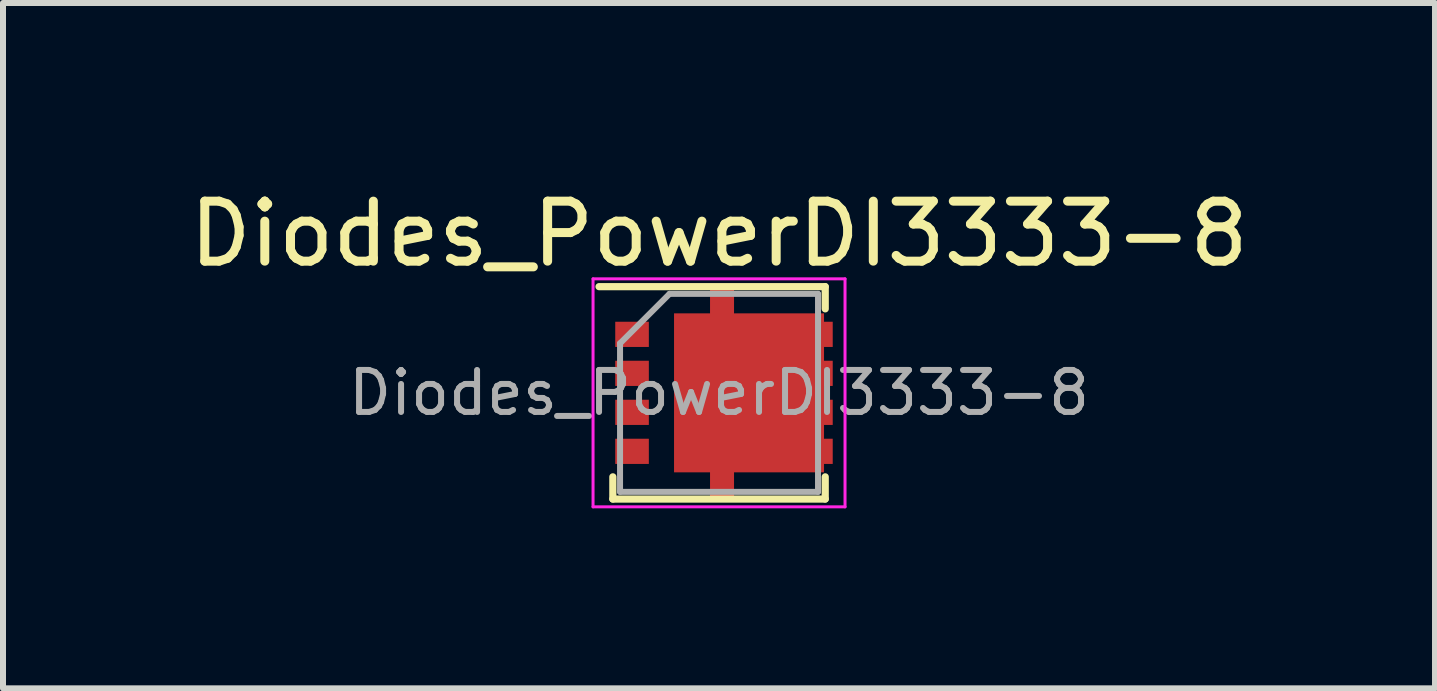
<source format=kicad_pcb>
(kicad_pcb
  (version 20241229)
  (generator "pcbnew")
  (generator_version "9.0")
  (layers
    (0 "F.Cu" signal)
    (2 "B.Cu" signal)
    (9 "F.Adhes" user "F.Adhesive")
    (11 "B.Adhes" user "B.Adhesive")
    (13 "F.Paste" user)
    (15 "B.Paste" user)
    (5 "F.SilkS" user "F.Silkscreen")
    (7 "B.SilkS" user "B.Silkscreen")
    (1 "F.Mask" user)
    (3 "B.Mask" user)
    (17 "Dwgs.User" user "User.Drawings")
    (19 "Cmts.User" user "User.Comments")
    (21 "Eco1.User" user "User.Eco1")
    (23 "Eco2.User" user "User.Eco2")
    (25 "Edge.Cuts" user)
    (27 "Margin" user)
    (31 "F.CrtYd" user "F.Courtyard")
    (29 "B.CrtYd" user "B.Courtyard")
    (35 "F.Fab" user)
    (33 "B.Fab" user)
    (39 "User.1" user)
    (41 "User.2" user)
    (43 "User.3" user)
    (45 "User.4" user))
  (footprint "Diodes_PowerDI3333-8"
    (layer "F.Cu")
    (at 8.935 3.498)
    (property "Reference" "Diodes_PowerDI3333-8" (at 0 -2.65 180) (layer "F.SilkS") (effects (font (size 1 1) (thickness 0.15))))
    (attr smd)
    (fp_line (start -1.77 1.77) (end -1.77 1.4) (stroke (width 0.12) (type solid)) (layer "F.SilkS"))
    (fp_line (start -1.77 1.77) (end 1.77 1.77) (stroke (width 0.12) (type solid)) (layer "F.SilkS"))
    (fp_line (start 1.77 -1.77) (end -2 -1.77) (stroke (width 0.12) (type solid)) (layer "F.SilkS"))
    (fp_line (start 1.77 -1.77) (end 1.77 -1.4) (stroke (width 0.12) (type solid)) (layer "F.SilkS"))
    (fp_line (start 1.77 1.77) (end 1.77 1.4) (stroke (width 0.12) (type solid)) (layer "F.SilkS"))
    (fp_line (start -2.1 -1.9) (end -2.1 1.9) (stroke (width 0.05) (type solid)) (layer "F.CrtYd"))
    (fp_line (start -2.1 1.9) (end 2.1 1.9) (stroke (width 0.05) (type solid)) (layer "F.CrtYd"))
    (fp_line (start 2.1 -1.9) (end -2.1 -1.9) (stroke (width 0.05) (type solid)) (layer "F.CrtYd"))
    (fp_line (start 2.1 1.9) (end 2.1 -1.9) (stroke (width 0.05) (type solid)) (layer "F.CrtYd"))
    (fp_line (start -1.65 -0.825) (end -1.65 1.65) (stroke (width 0.1) (type solid)) (layer "F.Fab"))
    (fp_line (start -1.65 1.65) (end 1.65 1.65) (stroke (width 0.1) (type solid)) (layer "F.Fab"))
    (fp_line (start -0.825 -1.65) (end -1.65 -0.825) (stroke (width 0.1) (type solid)) (layer "F.Fab"))
    (fp_line (start 1.65 -1.65) (end -0.825 -1.65) (stroke (width 0.1) (type solid)) (layer "F.Fab"))
    (fp_line (start 1.65 1.65) (end 1.65 -1.65) (stroke (width 0.1) (type solid)) (layer "F.Fab"))
    (fp_text user "${REFERENCE}" (at 0 0 180) (layer "F.Fab") (effects (font (size 0.7 0.7) (thickness 0.1))))
    (pad "" smd rect (at 0.02 -0.565) (size 0.6 1) (layers "F.Paste"))
    (pad "" smd rect (at 0.02 0.565) (size 0.6 1) (layers "F.Paste"))
    (pad "" smd rect (at 0.73 -0.565) (size 0.6 1) (layers "F.Paste"))
    (pad "" smd rect (at 0.73 0.565) (size 0.6 1) (layers "F.Paste"))
    (pad "" smd rect (at 1.5 -0.975) (size 0.7 0.42) (layers "F.Paste"))
    (pad "" smd rect (at 1.5 -0.325) (size 0.7 0.42) (layers "F.Paste"))
    (pad "" smd rect (at 1.5 0.325) (size 0.7 0.42) (layers "F.Paste"))
    (pad "" smd rect (at 1.5 0.975) (size 0.7 0.42) (layers "F.Paste"))
    (pad "1" smd rect (at -1.45 -0.975) (size 0.56 0.42) (layers "F.Cu" "F.Mask" "F.Paste"))
    (pad "1" smd rect (at -1.45 -0.325) (size 0.56 0.42) (layers "F.Cu" "F.Mask" "F.Paste"))
    (pad "1" smd rect (at -1.45 0.325) (size 0.56 0.42) (layers "F.Cu" "F.Mask" "F.Paste"))
    (pad "2" smd rect (at -1.45 0.975) (size 0.56 0.42) (layers "F.Cu" "F.Mask" "F.Paste"))
    (pad "3" smd custom (at 0.5 0) (size 2.5 2.65) (layers "F.Cu" "F.Mask") (options (anchor rect)) (primitives (gr_poly (pts (xy 0.855 1.185) (xy 1.395 1.185) (xy 1.395 0.765) (xy 0.855 0.765)) (width 0) (fill yes)) (gr_poly (pts (xy 0.855 0.535) (xy 1.395 0.535) (xy 1.395 0.115) (xy 0.855 0.115)) (width 0) (fill yes)) (gr_poly (pts (xy 0.855 -0.115) (xy 1.395 -0.115) (xy 1.395 -0.535) (xy 0.855 -0.535)) (width 0) (fill yes)) (gr_poly (pts (xy 0.855 -0.765) (xy 1.395 -0.765) (xy 1.395 -1.185) (xy 0.855 -1.185)) (width 0) (fill yes)) (gr_poly (pts (xy -0.65 -1.8) (xy -0.25 -1.8) (xy -0.25 -1.1) (xy -0.65 -1.1)) (width 0) (fill yes)) (gr_poly (pts (xy -0.65 1.1) (xy -0.25 1.1) (xy -0.25 1.8) (xy -0.65 1.8)) (width 0) (fill yes)))))
  (gr_rect
    (start -3 -3)
    (end 20.869 8.423)
    (stroke (width 0.1) (type default))
    (fill no)
    (layer "Edge.Cuts")))
</source>
